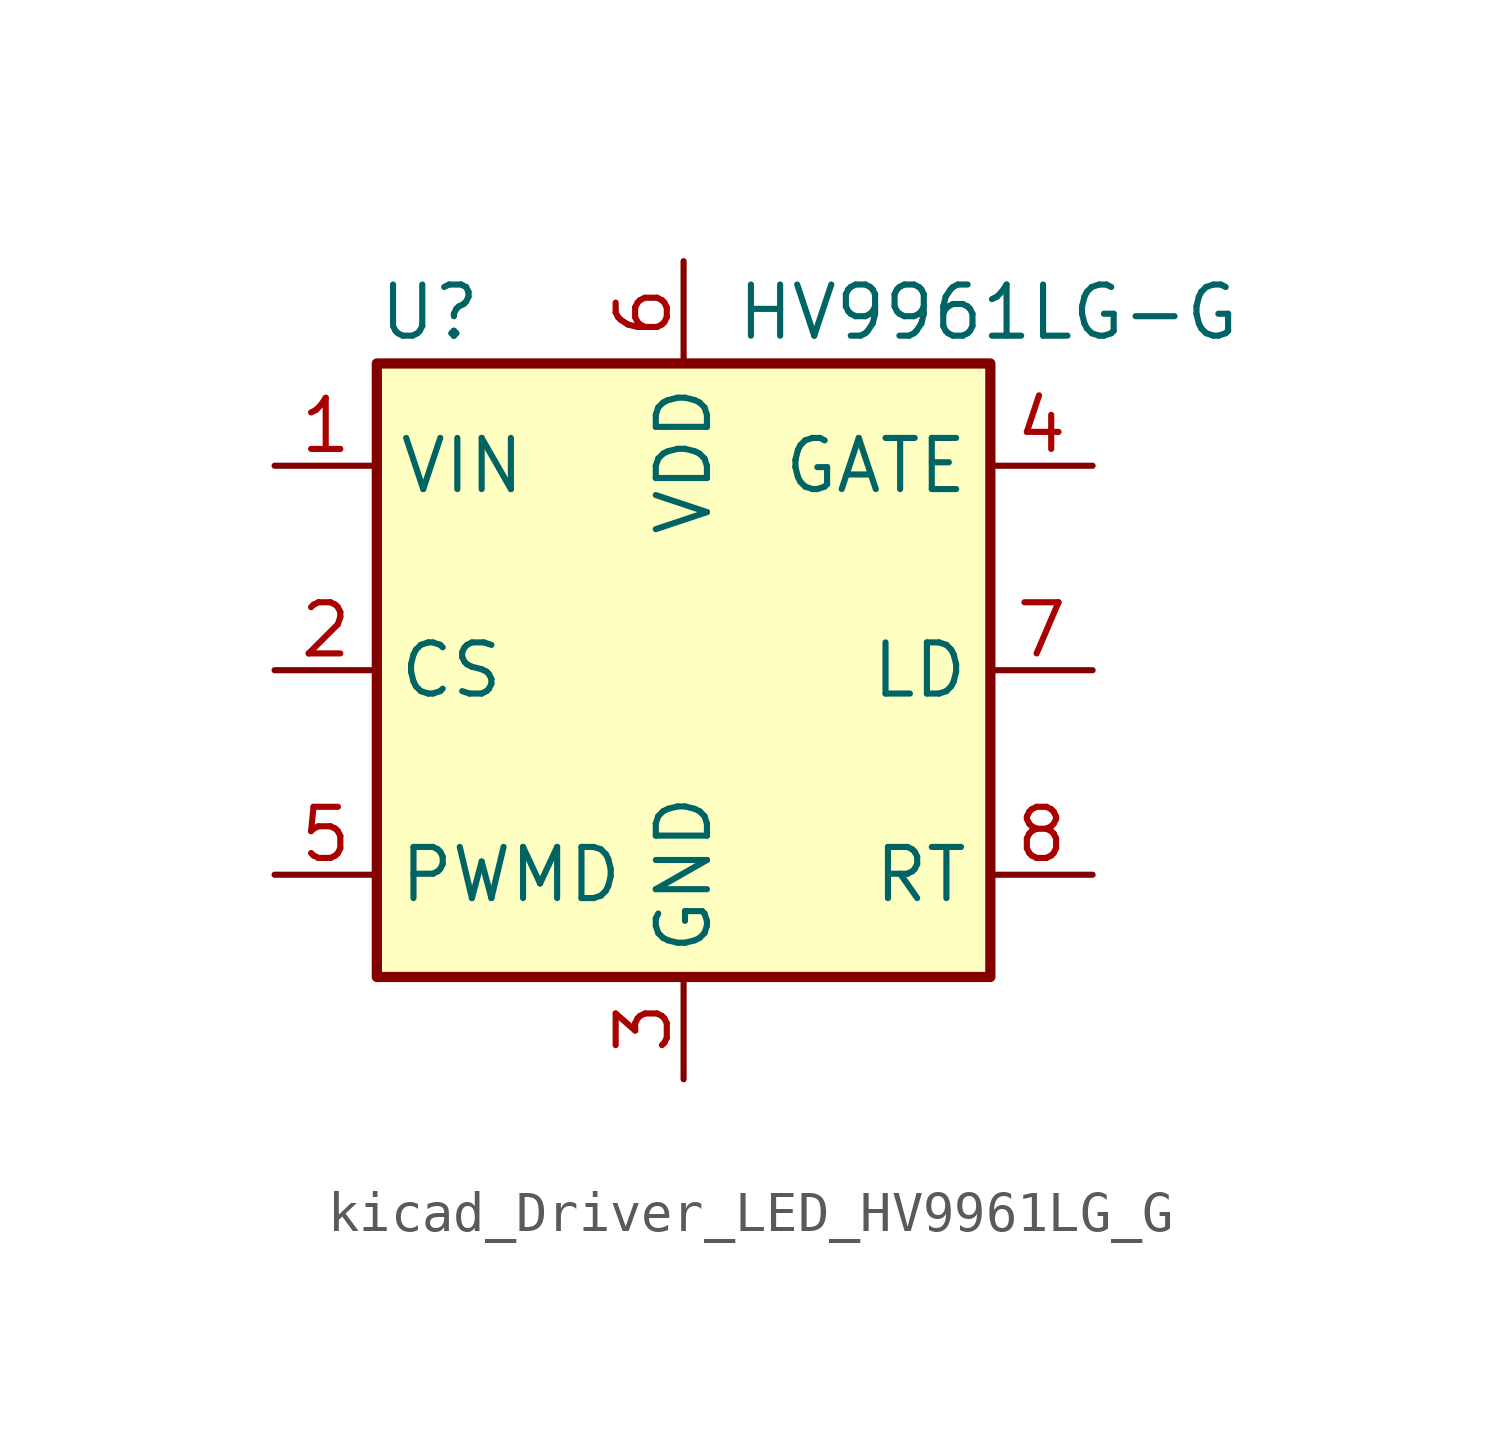
<source format=kicad_sym>
(kicad_symbol_lib
  (version 20220914)
  (generator kicad_symbol_editor)
  (symbol "kicad_Driver_LED_HV9961LG_G"
    (property "Reference" "U"
      (at -7.62 8.89 0)
      (effects (font (size 1.27 1.27)) (justify left)))
    (property "Value" "HV9961LG-G"
      (at 1.27 8.89 0)
      (effects (font (size 1.27 1.27)) (justify left)))
    (symbol "kicad_Driver_LED_HV9961LG_G_0_1"
      (rectangle (start -7.62 7.62) (end 7.62 -7.62) (stroke (width 0.254) (type default)) (fill (type background))))
    (symbol "kicad_Driver_LED_HV9961LG_G_1_1"
      (pin power_in line (at -10.16 5.08 0) (length 2.54) (name "VIN" (effects (font (size 1.27 1.27)))) (number "1" (effects (font (size 1.27 1.27)))))
      (pin input line (at -10.16 0 0) (length 2.54) (name "CS" (effects (font (size 1.27 1.27)))) (number "2" (effects (font (size 1.27 1.27)))))
      (pin power_in line (at 0 -10.16 90) (length 2.54) (name "GND" (effects (font (size 1.27 1.27)))) (number "3" (effects (font (size 1.27 1.27)))))
      (pin output line (at 10.16 5.08 180) (length 2.54) (name "GATE" (effects (font (size 1.27 1.27)))) (number "4" (effects (font (size 1.27 1.27)))))
      (pin output line (at -10.16 -5.08 0) (length 2.54) (name "PWMD" (effects (font (size 1.27 1.27)))) (number "5" (effects (font (size 1.27 1.27)))))
      (pin power_out line (at 0 10.16 270) (length 2.54) (name "VDD" (effects (font (size 1.27 1.27)))) (number "6" (effects (font (size 1.27 1.27)))))
      (pin input line (at 10.16 0 180) (length 2.54) (name "LD" (effects (font (size 1.27 1.27)))) (number "7" (effects (font (size 1.27 1.27)))))
      (pin input line (at 10.16 -5.08 180) (length 2.54) (name "RT" (effects (font (size 1.27 1.27)))) (number "8" (effects (font (size 1.27 1.27))))))))
</source>
